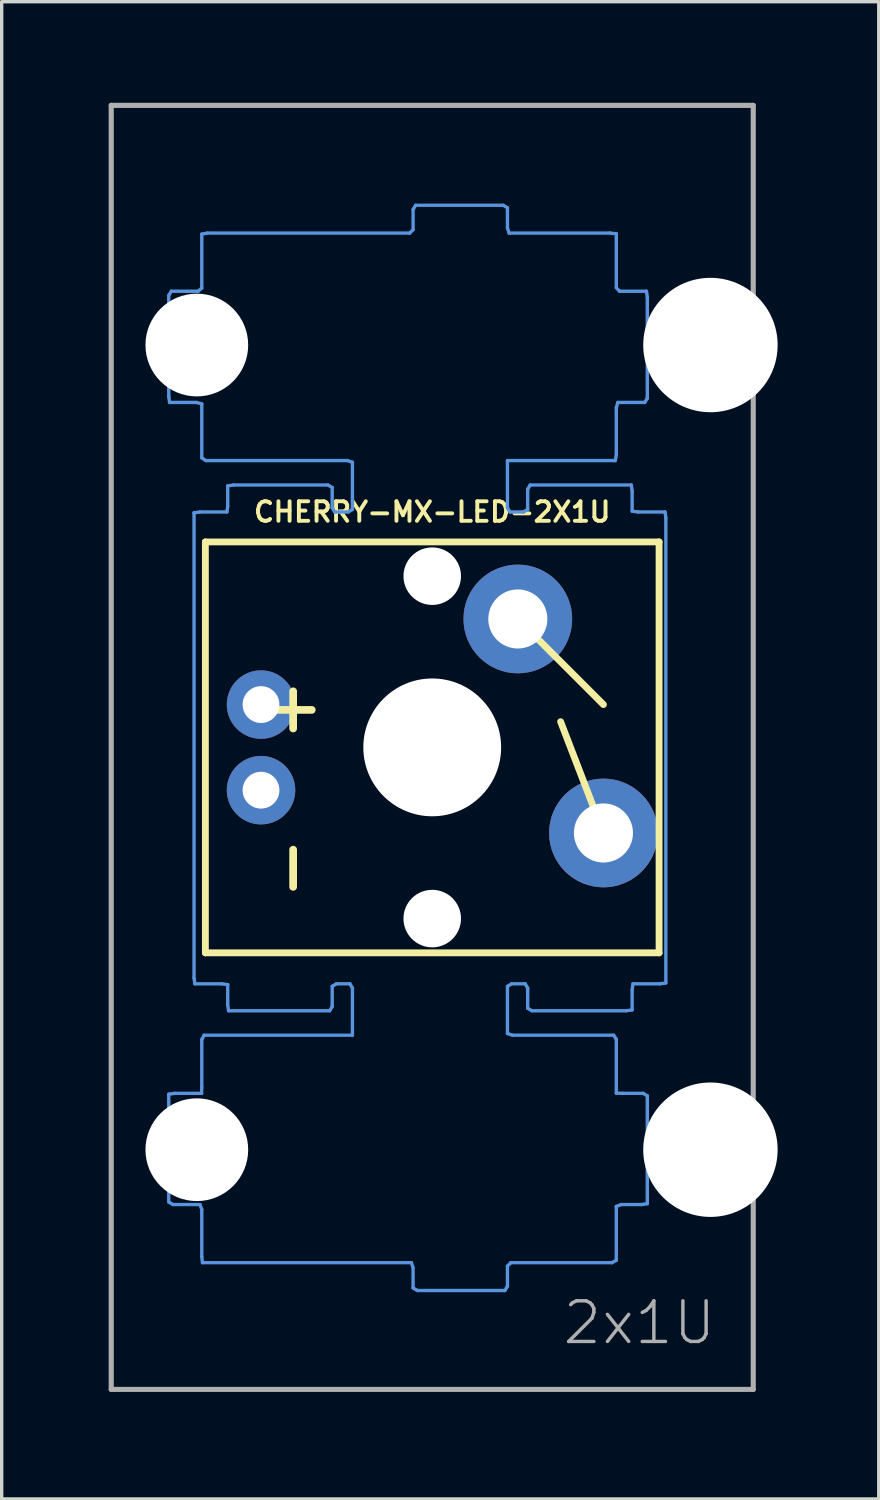
<source format=kicad_pcb>
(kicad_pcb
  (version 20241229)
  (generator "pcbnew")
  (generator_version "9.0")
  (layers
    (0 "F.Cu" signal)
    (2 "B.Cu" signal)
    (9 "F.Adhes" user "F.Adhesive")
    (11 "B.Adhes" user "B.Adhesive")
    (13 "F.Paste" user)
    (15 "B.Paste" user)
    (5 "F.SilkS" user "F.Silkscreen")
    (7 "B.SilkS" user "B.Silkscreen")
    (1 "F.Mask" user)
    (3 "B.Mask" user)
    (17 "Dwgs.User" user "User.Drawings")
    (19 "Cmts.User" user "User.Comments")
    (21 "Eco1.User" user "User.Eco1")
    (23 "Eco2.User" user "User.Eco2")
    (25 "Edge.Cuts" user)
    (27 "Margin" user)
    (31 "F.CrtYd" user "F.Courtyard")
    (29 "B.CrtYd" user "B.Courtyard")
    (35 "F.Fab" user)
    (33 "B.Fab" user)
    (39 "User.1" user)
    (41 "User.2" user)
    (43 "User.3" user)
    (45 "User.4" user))
  (footprint "CHERRY-MX-LED-2X1U"
    (layer "F.Cu")
    (at 0.25 38.176)
    (property "Reference" "CHERRY-MX-LED-2X1U" (at 9.525 -26.035 0) (layer "F.SilkS") (effects (font (size 0.579 0.579) (thickness 0.116))))
    (attr through_hole)
    (fp_line (start 2.794 -25.146) (end 16.256 -25.146) (stroke (width 0.203) (type solid)) (layer "F.SilkS"))
    (fp_line (start 2.794 -12.954) (end 2.794 -25.146) (stroke (width 0.203) (type solid)) (layer "F.SilkS"))
    (fp_line (start 12.065 -22.86) (end 14.605 -20.32) (stroke (width 0.203) (type solid)) (layer "F.SilkS"))
    (fp_line (start 14.605 -16.51) (end 13.335 -19.812) (stroke (width 0.203) (type solid)) (layer "F.SilkS"))
    (fp_line (start 16.256 -25.146) (end 16.256 -12.954) (stroke (width 0.203) (type solid)) (layer "F.SilkS"))
    (fp_line (start 16.256 -12.954) (end 2.794 -12.954) (stroke (width 0.203) (type solid)) (layer "F.SilkS"))
    (fp_line (start 1.707 -32.46) (end 1.707 -29.46) (stroke (width 0.1) (type solid)) (layer "Cmts.User"))
    (fp_line (start 1.707 -29.46) (end 1.732 -29.285) (stroke (width 0.1) (type solid)) (layer "Cmts.User"))
    (fp_line (start 1.707 -8.76) (end 1.707 -5.56) (stroke (width 0.1) (type solid)) (layer "Cmts.User"))
    (fp_line (start 1.707 -5.56) (end 1.832 -5.485) (stroke (width 0.1) (type solid)) (layer "Cmts.User"))
    (fp_line (start 1.732 -29.285) (end 2.532 -29.285) (stroke (width 0.1) (type solid)) (layer "Cmts.User"))
    (fp_line (start 1.782 -32.585) (end 1.707 -32.46) (stroke (width 0.1) (type solid)) (layer "Cmts.User"))
    (fp_line (start 1.832 -5.485) (end 2.632 -5.485) (stroke (width 0.1) (type solid)) (layer "Cmts.User"))
    (fp_line (start 1.882 -8.785) (end 1.707 -8.76) (stroke (width 0.1) (type solid)) (layer "Cmts.User"))
    (fp_line (start 2.457 -26.01) (end 2.457 -12.21) (stroke (width 0.1) (type solid)) (layer "Cmts.User"))
    (fp_line (start 2.457 -12.21) (end 2.482 -12.035) (stroke (width 0.1) (type solid)) (layer "Cmts.User"))
    (fp_line (start 2.482 -12.035) (end 3.282 -12.035) (stroke (width 0.1) (type solid)) (layer "Cmts.User"))
    (fp_line (start 2.532 -29.285) (end 2.687 -29.24) (stroke (width 0.1) (type solid)) (layer "Cmts.User"))
    (fp_line (start 2.582 -32.585) (end 1.782 -32.585) (stroke (width 0.1) (type solid)) (layer "Cmts.User"))
    (fp_line (start 2.632 -5.485) (end 2.687 -5.34) (stroke (width 0.1) (type solid)) (layer "Cmts.User"))
    (fp_line (start 2.632 -26.035) (end 2.457 -26.01) (stroke (width 0.1) (type solid)) (layer "Cmts.User"))
    (fp_line (start 2.682 -8.785) (end 1.882 -8.785) (stroke (width 0.1) (type solid)) (layer "Cmts.User"))
    (fp_line (start 2.687 -34.28) (end 2.687 -32.68) (stroke (width 0.1) (type solid)) (layer "Cmts.User"))
    (fp_line (start 2.687 -32.68) (end 2.582 -32.585) (stroke (width 0.1) (type solid)) (layer "Cmts.User"))
    (fp_line (start 2.687 -29.24) (end 2.687 -27.64) (stroke (width 0.1) (type solid)) (layer "Cmts.User"))
    (fp_line (start 2.687 -27.64) (end 2.807 -27.56) (stroke (width 0.1) (type solid)) (layer "Cmts.User"))
    (fp_line (start 2.687 -10.38) (end 2.687 -8.98) (stroke (width 0.1) (type solid)) (layer "Cmts.User"))
    (fp_line (start 2.687 -8.98) (end 2.682 -8.785) (stroke (width 0.1) (type solid)) (layer "Cmts.User"))
    (fp_line (start 2.687 -5.34) (end 2.687 -3.94) (stroke (width 0.1) (type solid)) (layer "Cmts.User"))
    (fp_line (start 2.687 -3.94) (end 2.707 -3.76) (stroke (width 0.1) (type solid)) (layer "Cmts.User"))
    (fp_line (start 2.707 -3.76) (end 8.907 -3.76) (stroke (width 0.1) (type solid)) (layer "Cmts.User"))
    (fp_line (start 2.757 -10.51) (end 2.687 -10.38) (stroke (width 0.1) (type solid)) (layer "Cmts.User"))
    (fp_line (start 2.807 -27.56) (end 7.007 -27.56) (stroke (width 0.1) (type solid)) (layer "Cmts.User"))
    (fp_line (start 2.857 -34.31) (end 2.687 -34.28) (stroke (width 0.1) (type solid)) (layer "Cmts.User"))
    (fp_line (start 3.282 -12.035) (end 3.457 -12.01) (stroke (width 0.1) (type solid)) (layer "Cmts.User"))
    (fp_line (start 3.432 -26.035) (end 2.632 -26.035) (stroke (width 0.1) (type solid)) (layer "Cmts.User"))
    (fp_line (start 3.457 -26.81) (end 3.457 -26.21) (stroke (width 0.1) (type solid)) (layer "Cmts.User"))
    (fp_line (start 3.457 -26.21) (end 3.432 -26.035) (stroke (width 0.1) (type solid)) (layer "Cmts.User"))
    (fp_line (start 3.457 -12.01) (end 3.457 -11.41) (stroke (width 0.1) (type solid)) (layer "Cmts.User"))
    (fp_line (start 3.457 -11.41) (end 3.482 -11.235) (stroke (width 0.1) (type solid)) (layer "Cmts.User"))
    (fp_line (start 3.482 -11.235) (end 6.482 -11.235) (stroke (width 0.1) (type solid)) (layer "Cmts.User"))
    (fp_line (start 3.632 -26.835) (end 3.457 -26.81) (stroke (width 0.1) (type solid)) (layer "Cmts.User"))
    (fp_line (start 6.432 -26.835) (end 3.632 -26.835) (stroke (width 0.1) (type solid)) (layer "Cmts.User"))
    (fp_line (start 6.482 -11.235) (end 6.557 -11.36) (stroke (width 0.1) (type solid)) (layer "Cmts.User"))
    (fp_line (start 6.557 -26.76) (end 6.432 -26.835) (stroke (width 0.1) (type solid)) (layer "Cmts.User"))
    (fp_line (start 6.557 -26.16) (end 6.557 -26.76) (stroke (width 0.1) (type solid)) (layer "Cmts.User"))
    (fp_line (start 6.557 -11.96) (end 6.682 -12.035) (stroke (width 0.1) (type solid)) (layer "Cmts.User"))
    (fp_line (start 6.557 -11.36) (end 6.557 -11.96) (stroke (width 0.1) (type solid)) (layer "Cmts.User"))
    (fp_line (start 6.632 -26.035) (end 6.557 -26.16) (stroke (width 0.1) (type solid)) (layer "Cmts.User"))
    (fp_line (start 6.682 -12.035) (end 7.082 -12.035) (stroke (width 0.1) (type solid)) (layer "Cmts.User"))
    (fp_line (start 7.007 -27.56) (end 7.157 -27.51) (stroke (width 0.1) (type solid)) (layer "Cmts.User"))
    (fp_line (start 7.032 -26.035) (end 6.632 -26.035) (stroke (width 0.1) (type solid)) (layer "Cmts.User"))
    (fp_line (start 7.082 -12.035) (end 7.157 -11.91) (stroke (width 0.1) (type solid)) (layer "Cmts.User"))
    (fp_line (start 7.157 -10.51) (end 2.757 -10.51) (stroke (width 0.1) (type solid)) (layer "Cmts.User"))
    (fp_line (start 7.157 -27.51) (end 7.157 -26.11) (stroke (width 0.1) (type solid)) (layer "Cmts.User"))
    (fp_line (start 7.157 -26.11) (end 7.032 -26.035) (stroke (width 0.1) (type solid)) (layer "Cmts.User"))
    (fp_line (start 7.157 -11.91) (end 7.157 -10.51) (stroke (width 0.1) (type solid)) (layer "Cmts.User"))
    (fp_line (start 8.857 -34.31) (end 2.857 -34.31) (stroke (width 0.1) (type solid)) (layer "Cmts.User"))
    (fp_line (start 8.907 -3.76) (end 8.957 -3.61) (stroke (width 0.1) (type solid)) (layer "Cmts.User"))
    (fp_line (start 8.957 -35.01) (end 8.957 -34.41) (stroke (width 0.1) (type solid)) (layer "Cmts.User"))
    (fp_line (start 8.957 -34.41) (end 8.857 -34.31) (stroke (width 0.1) (type solid)) (layer "Cmts.User"))
    (fp_line (start 8.957 -3.61) (end 8.957 -3.01) (stroke (width 0.1) (type solid)) (layer "Cmts.User"))
    (fp_line (start 8.957 -3.01) (end 9.082 -2.935) (stroke (width 0.1) (type solid)) (layer "Cmts.User"))
    (fp_line (start 9.032 -35.135) (end 8.957 -35.01) (stroke (width 0.1) (type solid)) (layer "Cmts.User"))
    (fp_line (start 9.082 -2.935) (end 11.682 -2.935) (stroke (width 0.1) (type solid)) (layer "Cmts.User"))
    (fp_line (start 11.632 -35.135) (end 9.032 -35.135) (stroke (width 0.1) (type solid)) (layer "Cmts.User"))
    (fp_line (start 11.682 -2.935) (end 11.757 -3.06) (stroke (width 0.1) (type solid)) (layer "Cmts.User"))
    (fp_line (start 11.757 -35.06) (end 11.632 -35.135) (stroke (width 0.1) (type solid)) (layer "Cmts.User"))
    (fp_line (start 11.757 -34.46) (end 11.757 -35.06) (stroke (width 0.1) (type solid)) (layer "Cmts.User"))
    (fp_line (start 11.757 -27.56) (end 14.957 -27.56) (stroke (width 0.1) (type solid)) (layer "Cmts.User"))
    (fp_line (start 11.757 -26.16) (end 11.757 -27.56) (stroke (width 0.1) (type solid)) (layer "Cmts.User"))
    (fp_line (start 11.757 -11.96) (end 11.882 -12.035) (stroke (width 0.1) (type solid)) (layer "Cmts.User"))
    (fp_line (start 11.757 -10.56) (end 11.757 -11.96) (stroke (width 0.1) (type solid)) (layer "Cmts.User"))
    (fp_line (start 11.757 -3.66) (end 11.857 -3.76) (stroke (width 0.1) (type solid)) (layer "Cmts.User"))
    (fp_line (start 11.757 -3.06) (end 11.757 -3.66) (stroke (width 0.1) (type solid)) (layer "Cmts.User"))
    (fp_line (start 11.807 -34.31) (end 11.757 -34.46) (stroke (width 0.1) (type solid)) (layer "Cmts.User"))
    (fp_line (start 11.832 -26.035) (end 11.757 -26.16) (stroke (width 0.1) (type solid)) (layer "Cmts.User"))
    (fp_line (start 11.857 -3.76) (end 14.857 -3.76) (stroke (width 0.1) (type solid)) (layer "Cmts.User"))
    (fp_line (start 11.882 -12.035) (end 12.282 -12.035) (stroke (width 0.1) (type solid)) (layer "Cmts.User"))
    (fp_line (start 11.907 -10.51) (end 11.757 -10.56) (stroke (width 0.1) (type solid)) (layer "Cmts.User"))
    (fp_line (start 12.232 -26.035) (end 11.832 -26.035) (stroke (width 0.1) (type solid)) (layer "Cmts.User"))
    (fp_line (start 12.282 -12.035) (end 12.357 -11.91) (stroke (width 0.1) (type solid)) (layer "Cmts.User"))
    (fp_line (start 12.357 -26.71) (end 12.357 -26.11) (stroke (width 0.1) (type solid)) (layer "Cmts.User"))
    (fp_line (start 12.357 -26.11) (end 12.232 -26.035) (stroke (width 0.1) (type solid)) (layer "Cmts.User"))
    (fp_line (start 12.357 -11.91) (end 12.357 -11.31) (stroke (width 0.1) (type solid)) (layer "Cmts.User"))
    (fp_line (start 12.357 -11.31) (end 12.482 -11.235) (stroke (width 0.1) (type solid)) (layer "Cmts.User"))
    (fp_line (start 12.432 -26.835) (end 12.357 -26.71) (stroke (width 0.1) (type solid)) (layer "Cmts.User"))
    (fp_line (start 12.482 -11.235) (end 15.282 -11.235) (stroke (width 0.1) (type solid)) (layer "Cmts.User"))
    (fp_line (start 14.807 -34.31) (end 11.807 -34.31) (stroke (width 0.1) (type solid)) (layer "Cmts.User"))
    (fp_line (start 14.857 -3.76) (end 14.987 -3.83) (stroke (width 0.1) (type solid)) (layer "Cmts.User"))
    (fp_line (start 14.907 -10.51) (end 11.907 -10.51) (stroke (width 0.1) (type solid)) (layer "Cmts.User"))
    (fp_line (start 14.957 -27.56) (end 14.987 -27.73) (stroke (width 0.1) (type solid)) (layer "Cmts.User"))
    (fp_line (start 14.987 -34.29) (end 14.807 -34.31) (stroke (width 0.1) (type solid)) (layer "Cmts.User"))
    (fp_line (start 14.987 -32.69) (end 14.987 -34.29) (stroke (width 0.1) (type solid)) (layer "Cmts.User"))
    (fp_line (start 14.987 -29.13) (end 15.032 -29.285) (stroke (width 0.1) (type solid)) (layer "Cmts.User"))
    (fp_line (start 14.987 -27.73) (end 14.987 -29.13) (stroke (width 0.1) (type solid)) (layer "Cmts.User"))
    (fp_line (start 14.987 -10.39) (end 14.907 -10.51) (stroke (width 0.1) (type solid)) (layer "Cmts.User"))
    (fp_line (start 14.987 -8.79) (end 14.987 -10.39) (stroke (width 0.1) (type solid)) (layer "Cmts.User"))
    (fp_line (start 14.987 -5.43) (end 15.132 -5.485) (stroke (width 0.1) (type solid)) (layer "Cmts.User"))
    (fp_line (start 14.987 -3.83) (end 14.987 -5.43) (stroke (width 0.1) (type solid)) (layer "Cmts.User"))
    (fp_line (start 15.032 -29.285) (end 15.832 -29.285) (stroke (width 0.1) (type solid)) (layer "Cmts.User"))
    (fp_line (start 15.082 -32.585) (end 14.987 -32.69) (stroke (width 0.1) (type solid)) (layer "Cmts.User"))
    (fp_line (start 15.132 -5.485) (end 15.732 -5.485) (stroke (width 0.1) (type solid)) (layer "Cmts.User"))
    (fp_line (start 15.182 -8.785) (end 14.987 -8.79) (stroke (width 0.1) (type solid)) (layer "Cmts.User"))
    (fp_line (start 15.282 -11.235) (end 15.457 -11.26) (stroke (width 0.1) (type solid)) (layer "Cmts.User"))
    (fp_line (start 15.432 -26.835) (end 12.432 -26.835) (stroke (width 0.1) (type solid)) (layer "Cmts.User"))
    (fp_line (start 15.457 -26.66) (end 15.432 -26.835) (stroke (width 0.1) (type solid)) (layer "Cmts.User"))
    (fp_line (start 15.457 -26.06) (end 15.457 -26.66) (stroke (width 0.1) (type solid)) (layer "Cmts.User"))
    (fp_line (start 15.457 -11.86) (end 15.482 -12.035) (stroke (width 0.1) (type solid)) (layer "Cmts.User"))
    (fp_line (start 15.457 -11.26) (end 15.457 -11.86) (stroke (width 0.1) (type solid)) (layer "Cmts.User"))
    (fp_line (start 15.482 -12.035) (end 16.282 -12.035) (stroke (width 0.1) (type solid)) (layer "Cmts.User"))
    (fp_line (start 15.632 -26.035) (end 15.457 -26.06) (stroke (width 0.1) (type solid)) (layer "Cmts.User"))
    (fp_line (start 15.732 -5.485) (end 15.907 -5.51) (stroke (width 0.1) (type solid)) (layer "Cmts.User"))
    (fp_line (start 15.782 -8.785) (end 15.182 -8.785) (stroke (width 0.1) (type solid)) (layer "Cmts.User"))
    (fp_line (start 15.832 -29.285) (end 15.907 -29.41) (stroke (width 0.1) (type solid)) (layer "Cmts.User"))
    (fp_line (start 15.882 -32.585) (end 15.082 -32.585) (stroke (width 0.1) (type solid)) (layer "Cmts.User"))
    (fp_line (start 15.907 -32.41) (end 15.882 -32.585) (stroke (width 0.1) (type solid)) (layer "Cmts.User"))
    (fp_line (start 15.907 -29.41) (end 15.907 -32.41) (stroke (width 0.1) (type solid)) (layer "Cmts.User"))
    (fp_line (start 15.907 -8.71) (end 15.782 -8.785) (stroke (width 0.1) (type solid)) (layer "Cmts.User"))
    (fp_line (start 15.907 -5.51) (end 15.907 -8.71) (stroke (width 0.1) (type solid)) (layer "Cmts.User"))
    (fp_line (start 16.282 -12.035) (end 16.457 -12.06) (stroke (width 0.1) (type solid)) (layer "Cmts.User"))
    (fp_line (start 16.432 -26.035) (end 15.632 -26.035) (stroke (width 0.1) (type solid)) (layer "Cmts.User"))
    (fp_line (start 16.457 -25.86) (end 16.432 -26.035) (stroke (width 0.1) (type solid)) (layer "Cmts.User"))
    (fp_line (start 16.457 -12.06) (end 16.457 -25.86) (stroke (width 0.1) (type solid)) (layer "Cmts.User"))
    (fp_line (start 0 -38.1) (end 19.05 -38.1) (stroke (width 0.152) (type solid)) (layer "F.Fab"))
    (fp_line (start 0 0) (end 0 -38.1) (stroke (width 0.152) (type solid)) (layer "F.Fab"))
    (fp_line (start 19.05 -38.1) (end 19.05 0) (stroke (width 0.152) (type solid)) (layer "F.Fab"))
    (fp_line (start 19.05 0) (end 0 0) (stroke (width 0.152) (type solid)) (layer "F.Fab"))
    (fp_text user "-" (at 4.445 -16.51 90) (layer "F.SilkS") (effects (font (size 1.448 1.448) (thickness 0.229)) (justify right top)))
    (fp_text user "+" (at 4.445 -21.209 90) (layer "F.SilkS") (effects (font (size 1.448 1.448) (thickness 0.229)) (justify right top)))
    (fp_text user "2x1U" (at 13.335 -1.27 0) (layer "F.Fab") (effects (font (size 1.206 1.206) (thickness 0.102)) (justify left bottom)))
    (pad "" np_thru_hole circle (at 2.54 -30.988) (size 3.048 3.048) (drill 3.048) (layers "*.Cu" "*.Mask"))
    (pad "" np_thru_hole circle (at 2.54 -7.112) (size 3.048 3.048) (drill 3.048) (layers "*.Cu" "*.Mask"))
    (pad "" np_thru_hole circle (at 9.525 -24.13) (size 1.707 1.707) (drill 1.707) (layers "*.Cu" "*.Mask"))
    (pad "" np_thru_hole circle (at 9.525 -19.05) (size 4.089 4.089) (drill 4.089) (layers "*.Cu" "*.Mask"))
    (pad "" np_thru_hole circle (at 9.525 -13.97) (size 1.707 1.707) (drill 1.707) (layers "*.Cu" "*.Mask"))
    (pad "" np_thru_hole circle (at 17.78 -30.988) (size 3.988 3.988) (drill 3.988) (layers "*.Cu" "*.Mask"))
    (pad "" np_thru_hole circle (at 17.78 -7.112) (size 3.988 3.988) (drill 3.988) (layers "*.Cu" "*.Mask"))
    (pad "A" thru_hole circle (at 4.445 -20.32 270) (size 2.032 2.032) (drill 1.092) (layers "*.Cu" "*.Mask"))
    (pad "K" thru_hole circle (at 4.445 -17.78 270) (size 2.032 2.032) (drill 1.092) (layers "*.Cu" "*.Mask"))
    (pad "S1" thru_hole circle (at 12.065 -22.86 270) (size 3.226 3.226) (drill 1.753) (layers "*.Cu" "*.Mask"))
    (pad "S2" thru_hole circle (at 14.605 -16.51 270) (size 3.226 3.226) (drill 1.753) (layers "*.Cu" "*.Mask")))
  (gr_rect
    (start -3 -3)
    (end 23.024 41.426)
    (stroke (width 0.1) (type default))
    (fill no)
    (layer "Edge.Cuts")))
</source>
